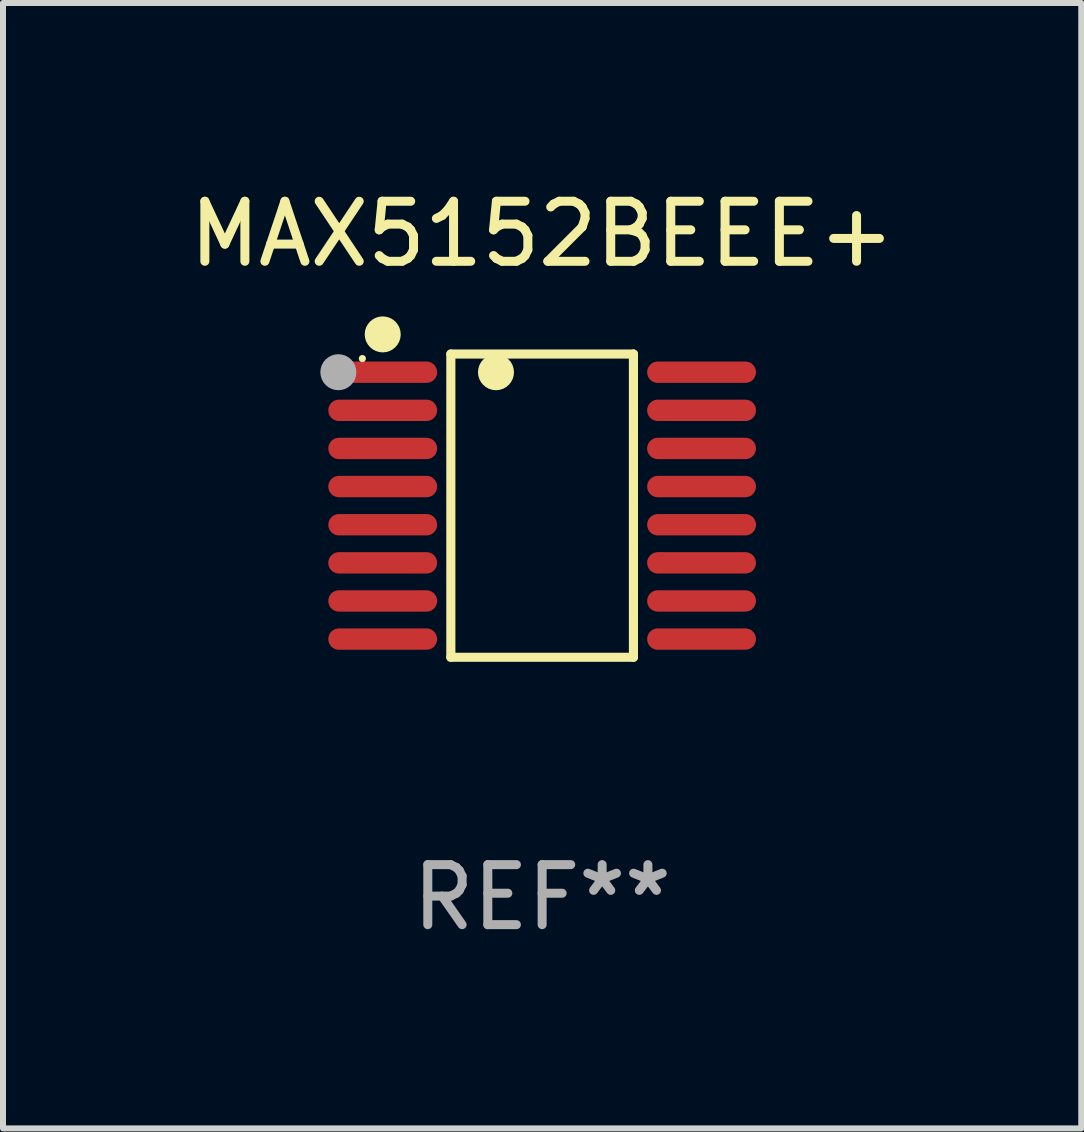
<source format=kicad_pcb>
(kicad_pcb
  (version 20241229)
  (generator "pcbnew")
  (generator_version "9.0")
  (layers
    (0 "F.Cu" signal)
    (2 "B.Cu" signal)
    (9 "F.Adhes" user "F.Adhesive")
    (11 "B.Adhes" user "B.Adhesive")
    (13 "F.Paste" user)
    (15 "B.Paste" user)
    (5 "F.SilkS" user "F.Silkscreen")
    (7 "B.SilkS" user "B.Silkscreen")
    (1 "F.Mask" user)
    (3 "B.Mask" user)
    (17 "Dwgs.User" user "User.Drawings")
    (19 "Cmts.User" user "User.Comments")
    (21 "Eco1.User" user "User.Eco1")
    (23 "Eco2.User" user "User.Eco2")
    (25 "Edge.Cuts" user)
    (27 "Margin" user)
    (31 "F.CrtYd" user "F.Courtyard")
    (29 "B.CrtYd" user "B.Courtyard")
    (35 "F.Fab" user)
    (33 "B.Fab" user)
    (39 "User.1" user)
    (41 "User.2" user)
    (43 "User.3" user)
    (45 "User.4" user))
  (footprint "MAX5152BEEE+"
    (layer "F.Cu")
    (at 5.982 5.374)
    (property "Reference" "MAX5152BEEE+" (at 0 -4.526 0) (layer "F.SilkS") (effects (font (size 1 1) (thickness 0.15))))
    (attr through_hole)
    (fp_line (start -1.521 -2.526) (end 1.521 -2.526) (stroke (width 0.152) (type solid)) (layer "F.SilkS"))
    (fp_line (start -1.521 2.526) (end -1.521 -2.526) (stroke (width 0.152) (type solid)) (layer "F.SilkS"))
    (fp_line (start 1.521 -2.526) (end 1.521 2.526) (stroke (width 0.152) (type solid)) (layer "F.SilkS"))
    (fp_line (start 1.521 2.526) (end -1.521 2.526) (stroke (width 0.152) (type solid)) (layer "F.SilkS"))
    (fp_circle (center -2.995 -2.45) (end -2.965 -2.45) (stroke (width 0.06) (type solid)) (fill no) (layer "F.SilkS"))
    (fp_circle (center -2.656 -2.853) (end -2.506 -2.853) (stroke (width 0.3) (type solid)) (fill no) (layer "F.SilkS"))
    (fp_circle (center -0.769 -2.223) (end -0.619 -2.223) (stroke (width 0.3) (type solid)) (fill no) (layer "F.SilkS"))
    (fp_circle (center -3.395 -2.223) (end -3.245 -2.223) (stroke (width 0.3) (type solid)) (fill no) (layer "F.Fab"))
    (fp_text user "REF**" (at 0 6.526 0) (layer "F.Fab") (effects (font (size 1 1) (thickness 0.15))))
    (pad "1" smd oval (at -2.656 -2.223 270) (size 0.356 1.813) (layers "F.Cu" "F.Mask" "F.Paste"))
    (pad "2" smd oval (at -2.656 -1.588 270) (size 0.356 1.813) (layers "F.Cu" "F.Mask" "F.Paste"))
    (pad "3" smd oval (at -2.656 -0.953 270) (size 0.356 1.813) (layers "F.Cu" "F.Mask" "F.Paste"))
    (pad "4" smd oval (at -2.656 -0.318 270) (size 0.356 1.813) (layers "F.Cu" "F.Mask" "F.Paste"))
    (pad "5" smd oval (at -2.656 0.318 270) (size 0.356 1.813) (layers "F.Cu" "F.Mask" "F.Paste"))
    (pad "6" smd oval (at -2.656 0.953 270) (size 0.356 1.813) (layers "F.Cu" "F.Mask" "F.Paste"))
    (pad "7" smd oval (at -2.656 1.588 270) (size 0.356 1.813) (layers "F.Cu" "F.Mask" "F.Paste"))
    (pad "8" smd oval (at -2.656 2.223 270) (size 0.356 1.813) (layers "F.Cu" "F.Mask" "F.Paste"))
    (pad "9" smd oval (at 2.656 2.223 270) (size 0.356 1.813) (layers "F.Cu" "F.Mask" "F.Paste"))
    (pad "10" smd oval (at 2.656 1.588 270) (size 0.356 1.813) (layers "F.Cu" "F.Mask" "F.Paste"))
    (pad "11" smd oval (at 2.656 0.953 270) (size 0.356 1.813) (layers "F.Cu" "F.Mask" "F.Paste"))
    (pad "12" smd oval (at 2.656 0.318 270) (size 0.356 1.813) (layers "F.Cu" "F.Mask" "F.Paste"))
    (pad "13" smd oval (at 2.656 -0.318 270) (size 0.356 1.813) (layers "F.Cu" "F.Mask" "F.Paste"))
    (pad "14" smd oval (at 2.656 -0.953 270) (size 0.356 1.813) (layers "F.Cu" "F.Mask" "F.Paste"))
    (pad "15" smd oval (at 2.656 -1.588 270) (size 0.356 1.813) (layers "F.Cu" "F.Mask" "F.Paste"))
    (pad "16" smd oval (at 2.656 -2.223 270) (size 0.356 1.813) (layers "F.Cu" "F.Mask" "F.Paste")))
  (gr_rect
    (start -3 -3)
    (end 14.964 15.749)
    (stroke (width 0.1) (type default))
    (fill no)
    (layer "Edge.Cuts")))
</source>
